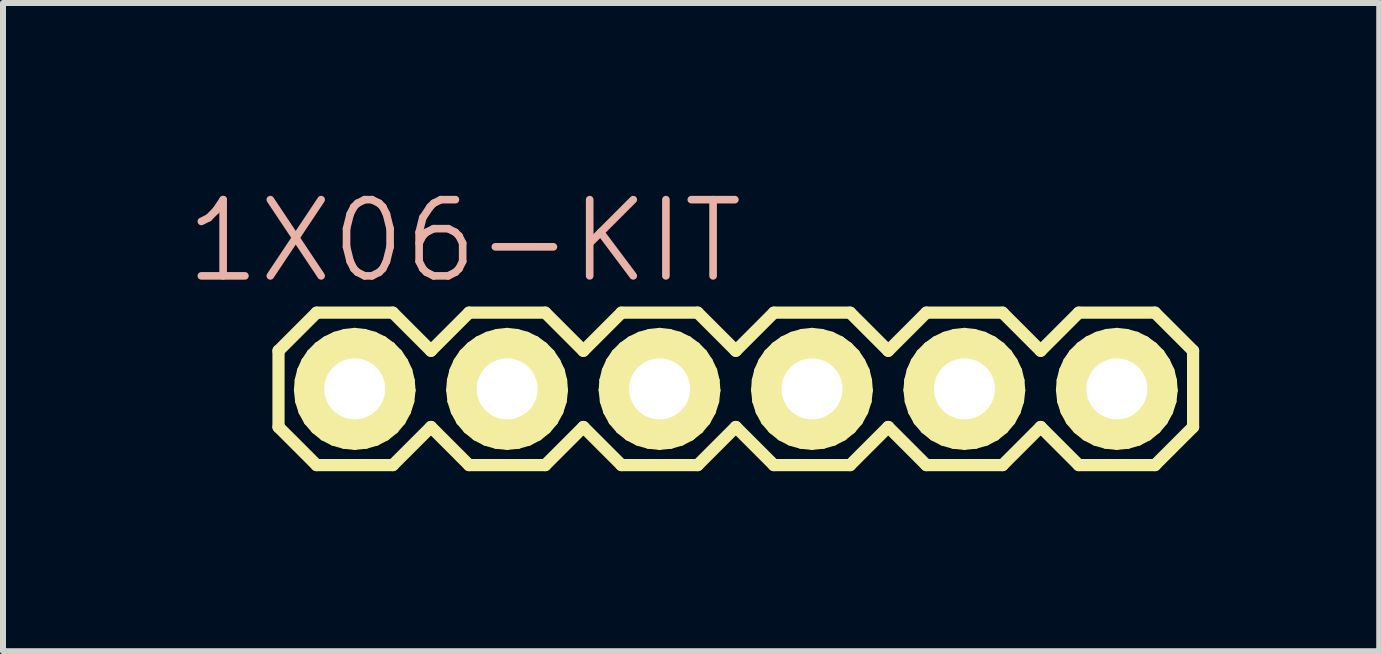
<source format=kicad_pcb>
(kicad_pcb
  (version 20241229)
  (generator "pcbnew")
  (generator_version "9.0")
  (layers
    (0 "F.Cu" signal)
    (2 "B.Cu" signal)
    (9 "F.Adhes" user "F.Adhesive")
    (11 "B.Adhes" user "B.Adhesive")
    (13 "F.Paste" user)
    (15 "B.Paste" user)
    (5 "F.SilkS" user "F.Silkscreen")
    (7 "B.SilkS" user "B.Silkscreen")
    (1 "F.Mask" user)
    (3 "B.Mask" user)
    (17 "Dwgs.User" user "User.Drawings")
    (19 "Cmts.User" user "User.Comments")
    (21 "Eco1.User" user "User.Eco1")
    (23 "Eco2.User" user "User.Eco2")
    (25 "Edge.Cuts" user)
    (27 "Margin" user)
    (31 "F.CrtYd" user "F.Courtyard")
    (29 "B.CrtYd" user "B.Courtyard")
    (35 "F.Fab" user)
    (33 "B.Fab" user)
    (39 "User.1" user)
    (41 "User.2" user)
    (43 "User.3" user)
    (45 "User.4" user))
  (footprint "1X06-KIT"
    (layer "F.Cu")
    (at 2.861 3.43)
    (property "Reference" "1X06-KIT" (at 1.829 -2.464 0) (layer "B.SilkS") (effects (font (size 1.27 1.27) (thickness 0.127))))
    (attr exclude_from_pos_files exclude_from_bom)
    (fp_line (start -1.27 -0.635) (end -1.27 0.635) (stroke (width 0.203) (type solid)) (layer "F.SilkS"))
    (fp_line (start -1.27 0.635) (end -0.635 1.27) (stroke (width 0.203) (type solid)) (layer "F.SilkS"))
    (fp_line (start -0.95 0.02) (end -0.937 -0.142) (stroke (width 0.127) (type solid)) (layer "F.SilkS"))
    (fp_line (start -0.937 -0.142) (end -0.897 -0.307) (stroke (width 0.127) (type solid)) (layer "F.SilkS"))
    (fp_line (start -0.93 0.206) (end -0.95 0.02) (stroke (width 0.127) (type solid)) (layer "F.SilkS"))
    (fp_line (start -0.897 -0.307) (end -0.828 -0.46) (stroke (width 0.127) (type solid)) (layer "F.SilkS"))
    (fp_line (start -0.874 0.381) (end -0.93 0.206) (stroke (width 0.127) (type solid)) (layer "F.SilkS"))
    (fp_line (start -0.828 -0.46) (end -0.734 -0.599) (stroke (width 0.127) (type solid)) (layer "F.SilkS"))
    (fp_line (start -0.785 0.544) (end -0.874 0.381) (stroke (width 0.127) (type solid)) (layer "F.SilkS"))
    (fp_line (start -0.734 -0.599) (end -0.615 -0.719) (stroke (width 0.127) (type solid)) (layer "F.SilkS"))
    (fp_line (start -0.665 0.683) (end -0.785 0.544) (stroke (width 0.127) (type solid)) (layer "F.SilkS"))
    (fp_line (start -0.635 -1.27) (end -1.27 -0.635) (stroke (width 0.203) (type solid)) (layer "F.SilkS"))
    (fp_line (start -0.635 -1.27) (end 0.635 -1.27) (stroke (width 0.203) (type solid)) (layer "F.SilkS"))
    (fp_line (start -0.615 -0.719) (end -0.48 -0.815) (stroke (width 0.127) (type solid)) (layer "F.SilkS"))
    (fp_line (start -0.521 0.8) (end -0.665 0.683) (stroke (width 0.127) (type solid)) (layer "F.SilkS"))
    (fp_line (start -0.48 -0.815) (end -0.328 -0.889) (stroke (width 0.127) (type solid)) (layer "F.SilkS"))
    (fp_line (start -0.445 0.018) (end -0.434 -0.081) (stroke (width 0.127) (type solid)) (layer "F.SilkS"))
    (fp_line (start -0.434 -0.081) (end -0.404 -0.178) (stroke (width 0.127) (type solid)) (layer "F.SilkS"))
    (fp_line (start -0.429 0.114) (end -0.445 0.018) (stroke (width 0.127) (type solid)) (layer "F.SilkS"))
    (fp_line (start -0.404 -0.178) (end -0.351 -0.264) (stroke (width 0.127) (type solid)) (layer "F.SilkS"))
    (fp_line (start -0.396 0.206) (end -0.429 0.114) (stroke (width 0.127) (type solid)) (layer "F.SilkS"))
    (fp_line (start -0.358 0.884) (end -0.521 0.8) (stroke (width 0.127) (type solid)) (layer "F.SilkS"))
    (fp_line (start -0.351 -0.264) (end -0.279 -0.34) (stroke (width 0.127) (type solid)) (layer "F.SilkS"))
    (fp_line (start -0.343 0.287) (end -0.396 0.206) (stroke (width 0.127) (type solid)) (layer "F.SilkS"))
    (fp_line (start -0.328 -0.889) (end -0.165 -0.935) (stroke (width 0.127) (type solid)) (layer "F.SilkS"))
    (fp_line (start -0.279 -0.34) (end -0.196 -0.396) (stroke (width 0.127) (type solid)) (layer "F.SilkS"))
    (fp_line (start -0.272 0.356) (end -0.343 0.287) (stroke (width 0.127) (type solid)) (layer "F.SilkS"))
    (fp_line (start -0.254 -0.254) (end 0.254 -0.254) (stroke (width 0.066) (type solid)) (layer "F.SilkS"))
    (fp_line (start -0.254 0.254) (end -0.254 -0.254) (stroke (width 0.066) (type solid)) (layer "F.SilkS"))
    (fp_line (start -0.254 0.254) (end 0.254 0.254) (stroke (width 0.066) (type solid)) (layer "F.SilkS"))
    (fp_line (start -0.196 -0.396) (end -0.099 -0.432) (stroke (width 0.127) (type solid)) (layer "F.SilkS"))
    (fp_line (start -0.188 0.404) (end -0.272 0.356) (stroke (width 0.127) (type solid)) (layer "F.SilkS"))
    (fp_line (start -0.18 0.935) (end -0.358 0.884) (stroke (width 0.127) (type solid)) (layer "F.SilkS"))
    (fp_line (start -0.165 -0.935) (end 0 -0.953) (stroke (width 0.127) (type solid)) (layer "F.SilkS"))
    (fp_line (start -0.099 -0.432) (end 0 -0.445) (stroke (width 0.127) (type solid)) (layer "F.SilkS"))
    (fp_line (start -0.097 0.434) (end -0.188 0.404) (stroke (width 0.127) (type solid)) (layer "F.SilkS"))
    (fp_line (start 0 -0.953) (end 0.165 -0.935) (stroke (width 0.127) (type solid)) (layer "F.SilkS"))
    (fp_line (start 0 -0.445) (end 0.099 -0.432) (stroke (width 0.127) (type solid)) (layer "F.SilkS"))
    (fp_line (start 0 0.445) (end -0.097 0.434) (stroke (width 0.127) (type solid)) (layer "F.SilkS"))
    (fp_line (start 0 0.953) (end -0.18 0.935) (stroke (width 0.127) (type solid)) (layer "F.SilkS"))
    (fp_line (start 0.097 0.434) (end 0 0.445) (stroke (width 0.127) (type solid)) (layer "F.SilkS"))
    (fp_line (start 0.099 -0.432) (end 0.193 -0.399) (stroke (width 0.127) (type solid)) (layer "F.SilkS"))
    (fp_line (start 0.165 -0.935) (end 0.328 -0.889) (stroke (width 0.127) (type solid)) (layer "F.SilkS"))
    (fp_line (start 0.185 0.935) (end 0 0.953) (stroke (width 0.127) (type solid)) (layer "F.SilkS"))
    (fp_line (start 0.188 0.401) (end 0.097 0.434) (stroke (width 0.127) (type solid)) (layer "F.SilkS"))
    (fp_line (start 0.193 -0.399) (end 0.277 -0.343) (stroke (width 0.127) (type solid)) (layer "F.SilkS"))
    (fp_line (start 0.254 0.254) (end 0.254 -0.254) (stroke (width 0.066) (type solid)) (layer "F.SilkS"))
    (fp_line (start 0.272 0.351) (end 0.188 0.401) (stroke (width 0.127) (type solid)) (layer "F.SilkS"))
    (fp_line (start 0.277 -0.343) (end 0.348 -0.272) (stroke (width 0.127) (type solid)) (layer "F.SilkS"))
    (fp_line (start 0.328 -0.889) (end 0.48 -0.815) (stroke (width 0.127) (type solid)) (layer "F.SilkS"))
    (fp_line (start 0.343 0.282) (end 0.272 0.351) (stroke (width 0.127) (type solid)) (layer "F.SilkS"))
    (fp_line (start 0.348 -0.272) (end 0.399 -0.185) (stroke (width 0.127) (type solid)) (layer "F.SilkS"))
    (fp_line (start 0.361 0.884) (end 0.185 0.935) (stroke (width 0.127) (type solid)) (layer "F.SilkS"))
    (fp_line (start 0.396 0.198) (end 0.343 0.282) (stroke (width 0.127) (type solid)) (layer "F.SilkS"))
    (fp_line (start 0.399 -0.185) (end 0.432 -0.089) (stroke (width 0.127) (type solid)) (layer "F.SilkS"))
    (fp_line (start 0.429 0.107) (end 0.396 0.198) (stroke (width 0.127) (type solid)) (layer "F.SilkS"))
    (fp_line (start 0.432 -0.089) (end 0.439 0.008) (stroke (width 0.127) (type solid)) (layer "F.SilkS"))
    (fp_line (start 0.439 0.008) (end 0.429 0.107) (stroke (width 0.127) (type solid)) (layer "F.SilkS"))
    (fp_line (start 0.48 -0.815) (end 0.615 -0.716) (stroke (width 0.127) (type solid)) (layer "F.SilkS"))
    (fp_line (start 0.523 0.8) (end 0.361 0.884) (stroke (width 0.127) (type solid)) (layer "F.SilkS"))
    (fp_line (start 0.615 -0.716) (end 0.732 -0.597) (stroke (width 0.127) (type solid)) (layer "F.SilkS"))
    (fp_line (start 0.635 -1.27) (end 1.27 -0.635) (stroke (width 0.203) (type solid)) (layer "F.SilkS"))
    (fp_line (start 0.635 1.27) (end -0.635 1.27) (stroke (width 0.203) (type solid)) (layer "F.SilkS"))
    (fp_line (start 0.668 0.683) (end 0.523 0.8) (stroke (width 0.127) (type solid)) (layer "F.SilkS"))
    (fp_line (start 0.732 -0.597) (end 0.826 -0.457) (stroke (width 0.127) (type solid)) (layer "F.SilkS"))
    (fp_line (start 0.785 0.544) (end 0.668 0.683) (stroke (width 0.127) (type solid)) (layer "F.SilkS"))
    (fp_line (start 0.826 -0.457) (end 0.897 -0.305) (stroke (width 0.127) (type solid)) (layer "F.SilkS"))
    (fp_line (start 0.874 0.381) (end 0.785 0.544) (stroke (width 0.127) (type solid)) (layer "F.SilkS"))
    (fp_line (start 0.897 -0.305) (end 0.937 -0.14) (stroke (width 0.127) (type solid)) (layer "F.SilkS"))
    (fp_line (start 0.93 0.206) (end 0.874 0.381) (stroke (width 0.127) (type solid)) (layer "F.SilkS"))
    (fp_line (start 0.937 -0.14) (end 0.95 0.025) (stroke (width 0.127) (type solid)) (layer "F.SilkS"))
    (fp_line (start 0.95 0.025) (end 0.93 0.206) (stroke (width 0.127) (type solid)) (layer "F.SilkS"))
    (fp_line (start 1.27 -0.635) (end 1.905 -1.27) (stroke (width 0.203) (type solid)) (layer "F.SilkS"))
    (fp_line (start 1.27 0.635) (end 0.635 1.27) (stroke (width 0.203) (type solid)) (layer "F.SilkS"))
    (fp_line (start 1.587 0.02) (end 1.6 -0.142) (stroke (width 0.127) (type solid)) (layer "F.SilkS"))
    (fp_line (start 1.6 -0.142) (end 1.641 -0.307) (stroke (width 0.127) (type solid)) (layer "F.SilkS"))
    (fp_line (start 1.608 0.206) (end 1.587 0.02) (stroke (width 0.127) (type solid)) (layer "F.SilkS"))
    (fp_line (start 1.641 -0.307) (end 1.709 -0.46) (stroke (width 0.127) (type solid)) (layer "F.SilkS"))
    (fp_line (start 1.664 0.381) (end 1.608 0.206) (stroke (width 0.127) (type solid)) (layer "F.SilkS"))
    (fp_line (start 1.709 -0.46) (end 1.803 -0.599) (stroke (width 0.127) (type solid)) (layer "F.SilkS"))
    (fp_line (start 1.753 0.544) (end 1.664 0.381) (stroke (width 0.127) (type solid)) (layer "F.SilkS"))
    (fp_line (start 1.803 -0.599) (end 1.923 -0.719) (stroke (width 0.127) (type solid)) (layer "F.SilkS"))
    (fp_line (start 1.872 0.683) (end 1.753 0.544) (stroke (width 0.127) (type solid)) (layer "F.SilkS"))
    (fp_line (start 1.905 -1.27) (end 3.175 -1.27) (stroke (width 0.203) (type solid)) (layer "F.SilkS"))
    (fp_line (start 1.905 1.27) (end 1.27 0.635) (stroke (width 0.203) (type solid)) (layer "F.SilkS"))
    (fp_line (start 1.923 -0.719) (end 2.057 -0.815) (stroke (width 0.127) (type solid)) (layer "F.SilkS"))
    (fp_line (start 2.017 0.8) (end 1.872 0.683) (stroke (width 0.127) (type solid)) (layer "F.SilkS"))
    (fp_line (start 2.057 -0.815) (end 2.21 -0.889) (stroke (width 0.127) (type solid)) (layer "F.SilkS"))
    (fp_line (start 2.095 0.018) (end 2.103 -0.081) (stroke (width 0.127) (type solid)) (layer "F.SilkS"))
    (fp_line (start 2.103 -0.081) (end 2.134 -0.178) (stroke (width 0.127) (type solid)) (layer "F.SilkS"))
    (fp_line (start 2.108 0.114) (end 2.095 0.018) (stroke (width 0.127) (type solid)) (layer "F.SilkS"))
    (fp_line (start 2.134 -0.178) (end 2.187 -0.264) (stroke (width 0.127) (type solid)) (layer "F.SilkS"))
    (fp_line (start 2.141 0.206) (end 2.108 0.114) (stroke (width 0.127) (type solid)) (layer "F.SilkS"))
    (fp_line (start 2.179 0.884) (end 2.017 0.8) (stroke (width 0.127) (type solid)) (layer "F.SilkS"))
    (fp_line (start 2.187 -0.264) (end 2.258 -0.34) (stroke (width 0.127) (type solid)) (layer "F.SilkS"))
    (fp_line (start 2.195 0.287) (end 2.141 0.206) (stroke (width 0.127) (type solid)) (layer "F.SilkS"))
    (fp_line (start 2.21 -0.889) (end 2.372 -0.935) (stroke (width 0.127) (type solid)) (layer "F.SilkS"))
    (fp_line (start 2.258 -0.34) (end 2.342 -0.396) (stroke (width 0.127) (type solid)) (layer "F.SilkS"))
    (fp_line (start 2.266 0.356) (end 2.195 0.287) (stroke (width 0.127) (type solid)) (layer "F.SilkS"))
    (fp_line (start 2.286 -0.254) (end 2.794 -0.254) (stroke (width 0.066) (type solid)) (layer "F.SilkS"))
    (fp_line (start 2.286 0.254) (end 2.286 -0.254) (stroke (width 0.066) (type solid)) (layer "F.SilkS"))
    (fp_line (start 2.286 0.254) (end 2.794 0.254) (stroke (width 0.066) (type solid)) (layer "F.SilkS"))
    (fp_line (start 2.342 -0.396) (end 2.438 -0.432) (stroke (width 0.127) (type solid)) (layer "F.SilkS"))
    (fp_line (start 2.349 0.404) (end 2.266 0.356) (stroke (width 0.127) (type solid)) (layer "F.SilkS"))
    (fp_line (start 2.357 0.935) (end 2.179 0.884) (stroke (width 0.127) (type solid)) (layer "F.SilkS"))
    (fp_line (start 2.372 -0.935) (end 2.54 -0.953) (stroke (width 0.127) (type solid)) (layer "F.SilkS"))
    (fp_line (start 2.438 -0.432) (end 2.54 -0.445) (stroke (width 0.127) (type solid)) (layer "F.SilkS"))
    (fp_line (start 2.441 0.434) (end 2.349 0.404) (stroke (width 0.127) (type solid)) (layer "F.SilkS"))
    (fp_line (start 2.54 -0.953) (end 2.705 -0.935) (stroke (width 0.127) (type solid)) (layer "F.SilkS"))
    (fp_line (start 2.54 -0.445) (end 2.639 -0.432) (stroke (width 0.127) (type solid)) (layer "F.SilkS"))
    (fp_line (start 2.54 0.445) (end 2.441 0.434) (stroke (width 0.127) (type solid)) (layer "F.SilkS"))
    (fp_line (start 2.54 0.953) (end 2.357 0.935) (stroke (width 0.127) (type solid)) (layer "F.SilkS"))
    (fp_line (start 2.637 0.434) (end 2.54 0.445) (stroke (width 0.127) (type solid)) (layer "F.SilkS"))
    (fp_line (start 2.639 -0.432) (end 2.733 -0.399) (stroke (width 0.127) (type solid)) (layer "F.SilkS"))
    (fp_line (start 2.705 -0.935) (end 2.868 -0.889) (stroke (width 0.127) (type solid)) (layer "F.SilkS"))
    (fp_line (start 2.725 0.935) (end 2.54 0.953) (stroke (width 0.127) (type solid)) (layer "F.SilkS"))
    (fp_line (start 2.728 0.401) (end 2.637 0.434) (stroke (width 0.127) (type solid)) (layer "F.SilkS"))
    (fp_line (start 2.733 -0.399) (end 2.817 -0.343) (stroke (width 0.127) (type solid)) (layer "F.SilkS"))
    (fp_line (start 2.794 0.254) (end 2.794 -0.254) (stroke (width 0.066) (type solid)) (layer "F.SilkS"))
    (fp_line (start 2.812 0.351) (end 2.728 0.401) (stroke (width 0.127) (type solid)) (layer "F.SilkS"))
    (fp_line (start 2.817 -0.343) (end 2.888 -0.272) (stroke (width 0.127) (type solid)) (layer "F.SilkS"))
    (fp_line (start 2.868 -0.889) (end 3.02 -0.815) (stroke (width 0.127) (type solid)) (layer "F.SilkS"))
    (fp_line (start 2.883 0.282) (end 2.812 0.351) (stroke (width 0.127) (type solid)) (layer "F.SilkS"))
    (fp_line (start 2.888 -0.272) (end 2.939 -0.185) (stroke (width 0.127) (type solid)) (layer "F.SilkS"))
    (fp_line (start 2.901 0.884) (end 2.725 0.935) (stroke (width 0.127) (type solid)) (layer "F.SilkS"))
    (fp_line (start 2.936 0.198) (end 2.883 0.282) (stroke (width 0.127) (type solid)) (layer "F.SilkS"))
    (fp_line (start 2.939 -0.185) (end 2.972 -0.089) (stroke (width 0.127) (type solid)) (layer "F.SilkS"))
    (fp_line (start 2.969 0.107) (end 2.936 0.198) (stroke (width 0.127) (type solid)) (layer "F.SilkS"))
    (fp_line (start 2.972 -0.089) (end 2.979 0.008) (stroke (width 0.127) (type solid)) (layer "F.SilkS"))
    (fp_line (start 2.979 0.008) (end 2.969 0.107) (stroke (width 0.127) (type solid)) (layer "F.SilkS"))
    (fp_line (start 3.02 -0.815) (end 3.155 -0.716) (stroke (width 0.127) (type solid)) (layer "F.SilkS"))
    (fp_line (start 3.063 0.8) (end 2.901 0.884) (stroke (width 0.127) (type solid)) (layer "F.SilkS"))
    (fp_line (start 3.155 -0.716) (end 3.272 -0.597) (stroke (width 0.127) (type solid)) (layer "F.SilkS"))
    (fp_line (start 3.175 -1.27) (end 3.81 -0.635) (stroke (width 0.203) (type solid)) (layer "F.SilkS"))
    (fp_line (start 3.175 1.27) (end 1.905 1.27) (stroke (width 0.203) (type solid)) (layer "F.SilkS"))
    (fp_line (start 3.208 0.683) (end 3.063 0.8) (stroke (width 0.127) (type solid)) (layer "F.SilkS"))
    (fp_line (start 3.272 -0.597) (end 3.365 -0.457) (stroke (width 0.127) (type solid)) (layer "F.SilkS"))
    (fp_line (start 3.325 0.544) (end 3.208 0.683) (stroke (width 0.127) (type solid)) (layer "F.SilkS"))
    (fp_line (start 3.365 -0.457) (end 3.437 -0.305) (stroke (width 0.127) (type solid)) (layer "F.SilkS"))
    (fp_line (start 3.414 0.381) (end 3.325 0.544) (stroke (width 0.127) (type solid)) (layer "F.SilkS"))
    (fp_line (start 3.437 -0.305) (end 3.477 -0.14) (stroke (width 0.127) (type solid)) (layer "F.SilkS"))
    (fp_line (start 3.47 0.206) (end 3.414 0.381) (stroke (width 0.127) (type solid)) (layer "F.SilkS"))
    (fp_line (start 3.477 -0.14) (end 3.49 0.025) (stroke (width 0.127) (type solid)) (layer "F.SilkS"))
    (fp_line (start 3.49 0.025) (end 3.47 0.206) (stroke (width 0.127) (type solid)) (layer "F.SilkS"))
    (fp_line (start 3.81 -0.635) (end 4.445 -1.27) (stroke (width 0.203) (type solid)) (layer "F.SilkS"))
    (fp_line (start 3.81 0.635) (end 3.175 1.27) (stroke (width 0.203) (type solid)) (layer "F.SilkS"))
    (fp_line (start 4.128 0.02) (end 4.14 -0.142) (stroke (width 0.127) (type solid)) (layer "F.SilkS"))
    (fp_line (start 4.14 -0.142) (end 4.181 -0.307) (stroke (width 0.127) (type solid)) (layer "F.SilkS"))
    (fp_line (start 4.148 0.206) (end 4.128 0.02) (stroke (width 0.127) (type solid)) (layer "F.SilkS"))
    (fp_line (start 4.181 -0.307) (end 4.249 -0.46) (stroke (width 0.127) (type solid)) (layer "F.SilkS"))
    (fp_line (start 4.204 0.381) (end 4.148 0.206) (stroke (width 0.127) (type solid)) (layer "F.SilkS"))
    (fp_line (start 4.249 -0.46) (end 4.343 -0.599) (stroke (width 0.127) (type solid)) (layer "F.SilkS"))
    (fp_line (start 4.293 0.544) (end 4.204 0.381) (stroke (width 0.127) (type solid)) (layer "F.SilkS"))
    (fp_line (start 4.343 -0.599) (end 4.463 -0.719) (stroke (width 0.127) (type solid)) (layer "F.SilkS"))
    (fp_line (start 4.412 0.683) (end 4.293 0.544) (stroke (width 0.127) (type solid)) (layer "F.SilkS"))
    (fp_line (start 4.445 -1.27) (end 5.715 -1.27) (stroke (width 0.203) (type solid)) (layer "F.SilkS"))
    (fp_line (start 4.445 1.27) (end 3.81 0.635) (stroke (width 0.203) (type solid)) (layer "F.SilkS"))
    (fp_line (start 4.463 -0.719) (end 4.597 -0.815) (stroke (width 0.127) (type solid)) (layer "F.SilkS"))
    (fp_line (start 4.557 0.8) (end 4.412 0.683) (stroke (width 0.127) (type solid)) (layer "F.SilkS"))
    (fp_line (start 4.597 -0.815) (end 4.75 -0.889) (stroke (width 0.127) (type solid)) (layer "F.SilkS"))
    (fp_line (start 4.636 0.018) (end 4.643 -0.081) (stroke (width 0.127) (type solid)) (layer "F.SilkS"))
    (fp_line (start 4.643 -0.081) (end 4.674 -0.178) (stroke (width 0.127) (type solid)) (layer "F.SilkS"))
    (fp_line (start 4.648 0.114) (end 4.636 0.018) (stroke (width 0.127) (type solid)) (layer "F.SilkS"))
    (fp_line (start 4.674 -0.178) (end 4.727 -0.264) (stroke (width 0.127) (type solid)) (layer "F.SilkS"))
    (fp_line (start 4.681 0.206) (end 4.648 0.114) (stroke (width 0.127) (type solid)) (layer "F.SilkS"))
    (fp_line (start 4.719 0.884) (end 4.557 0.8) (stroke (width 0.127) (type solid)) (layer "F.SilkS"))
    (fp_line (start 4.727 -0.264) (end 4.798 -0.34) (stroke (width 0.127) (type solid)) (layer "F.SilkS"))
    (fp_line (start 4.735 0.287) (end 4.681 0.206) (stroke (width 0.127) (type solid)) (layer "F.SilkS"))
    (fp_line (start 4.75 -0.889) (end 4.912 -0.935) (stroke (width 0.127) (type solid)) (layer "F.SilkS"))
    (fp_line (start 4.798 -0.34) (end 4.882 -0.396) (stroke (width 0.127) (type solid)) (layer "F.SilkS"))
    (fp_line (start 4.806 0.356) (end 4.735 0.287) (stroke (width 0.127) (type solid)) (layer "F.SilkS"))
    (fp_line (start 4.826 -0.254) (end 5.334 -0.254) (stroke (width 0.066) (type solid)) (layer "F.SilkS"))
    (fp_line (start 4.826 0.254) (end 4.826 -0.254) (stroke (width 0.066) (type solid)) (layer "F.SilkS"))
    (fp_line (start 4.826 0.254) (end 5.334 0.254) (stroke (width 0.066) (type solid)) (layer "F.SilkS"))
    (fp_line (start 4.882 -0.396) (end 4.978 -0.432) (stroke (width 0.127) (type solid)) (layer "F.SilkS"))
    (fp_line (start 4.889 0.404) (end 4.806 0.356) (stroke (width 0.127) (type solid)) (layer "F.SilkS"))
    (fp_line (start 4.897 0.935) (end 4.719 0.884) (stroke (width 0.127) (type solid)) (layer "F.SilkS"))
    (fp_line (start 4.912 -0.935) (end 5.08 -0.953) (stroke (width 0.127) (type solid)) (layer "F.SilkS"))
    (fp_line (start 4.978 -0.432) (end 5.08 -0.445) (stroke (width 0.127) (type solid)) (layer "F.SilkS"))
    (fp_line (start 4.981 0.434) (end 4.889 0.404) (stroke (width 0.127) (type solid)) (layer "F.SilkS"))
    (fp_line (start 5.08 -0.953) (end 5.245 -0.935) (stroke (width 0.127) (type solid)) (layer "F.SilkS"))
    (fp_line (start 5.08 -0.445) (end 5.179 -0.432) (stroke (width 0.127) (type solid)) (layer "F.SilkS"))
    (fp_line (start 5.08 0.445) (end 4.981 0.434) (stroke (width 0.127) (type solid)) (layer "F.SilkS"))
    (fp_line (start 5.08 0.953) (end 4.897 0.935) (stroke (width 0.127) (type solid)) (layer "F.SilkS"))
    (fp_line (start 5.177 0.434) (end 5.08 0.445) (stroke (width 0.127) (type solid)) (layer "F.SilkS"))
    (fp_line (start 5.179 -0.432) (end 5.273 -0.399) (stroke (width 0.127) (type solid)) (layer "F.SilkS"))
    (fp_line (start 5.245 -0.935) (end 5.408 -0.889) (stroke (width 0.127) (type solid)) (layer "F.SilkS"))
    (fp_line (start 5.265 0.935) (end 5.08 0.953) (stroke (width 0.127) (type solid)) (layer "F.SilkS"))
    (fp_line (start 5.268 0.401) (end 5.177 0.434) (stroke (width 0.127) (type solid)) (layer "F.SilkS"))
    (fp_line (start 5.273 -0.399) (end 5.357 -0.343) (stroke (width 0.127) (type solid)) (layer "F.SilkS"))
    (fp_line (start 5.334 0.254) (end 5.334 -0.254) (stroke (width 0.066) (type solid)) (layer "F.SilkS"))
    (fp_line (start 5.352 0.351) (end 5.268 0.401) (stroke (width 0.127) (type solid)) (layer "F.SilkS"))
    (fp_line (start 5.357 -0.343) (end 5.428 -0.272) (stroke (width 0.127) (type solid)) (layer "F.SilkS"))
    (fp_line (start 5.408 -0.889) (end 5.56 -0.815) (stroke (width 0.127) (type solid)) (layer "F.SilkS"))
    (fp_line (start 5.423 0.282) (end 5.352 0.351) (stroke (width 0.127) (type solid)) (layer "F.SilkS"))
    (fp_line (start 5.428 -0.272) (end 5.479 -0.185) (stroke (width 0.127) (type solid)) (layer "F.SilkS"))
    (fp_line (start 5.441 0.884) (end 5.265 0.935) (stroke (width 0.127) (type solid)) (layer "F.SilkS"))
    (fp_line (start 5.476 0.198) (end 5.423 0.282) (stroke (width 0.127) (type solid)) (layer "F.SilkS"))
    (fp_line (start 5.479 -0.185) (end 5.512 -0.089) (stroke (width 0.127) (type solid)) (layer "F.SilkS"))
    (fp_line (start 5.509 0.107) (end 5.476 0.198) (stroke (width 0.127) (type solid)) (layer "F.SilkS"))
    (fp_line (start 5.512 -0.089) (end 5.519 0.008) (stroke (width 0.127) (type solid)) (layer "F.SilkS"))
    (fp_line (start 5.519 0.008) (end 5.509 0.107) (stroke (width 0.127) (type solid)) (layer "F.SilkS"))
    (fp_line (start 5.56 -0.815) (end 5.695 -0.716) (stroke (width 0.127) (type solid)) (layer "F.SilkS"))
    (fp_line (start 5.603 0.8) (end 5.441 0.884) (stroke (width 0.127) (type solid)) (layer "F.SilkS"))
    (fp_line (start 5.695 -0.716) (end 5.812 -0.597) (stroke (width 0.127) (type solid)) (layer "F.SilkS"))
    (fp_line (start 5.715 -1.27) (end 6.35 -0.635) (stroke (width 0.203) (type solid)) (layer "F.SilkS"))
    (fp_line (start 5.715 1.27) (end 4.445 1.27) (stroke (width 0.203) (type solid)) (layer "F.SilkS"))
    (fp_line (start 5.748 0.683) (end 5.603 0.8) (stroke (width 0.127) (type solid)) (layer "F.SilkS"))
    (fp_line (start 5.812 -0.597) (end 5.905 -0.457) (stroke (width 0.127) (type solid)) (layer "F.SilkS"))
    (fp_line (start 5.865 0.544) (end 5.748 0.683) (stroke (width 0.127) (type solid)) (layer "F.SilkS"))
    (fp_line (start 5.905 -0.457) (end 5.977 -0.305) (stroke (width 0.127) (type solid)) (layer "F.SilkS"))
    (fp_line (start 5.954 0.381) (end 5.865 0.544) (stroke (width 0.127) (type solid)) (layer "F.SilkS"))
    (fp_line (start 5.977 -0.305) (end 6.017 -0.14) (stroke (width 0.127) (type solid)) (layer "F.SilkS"))
    (fp_line (start 6.01 0.206) (end 5.954 0.381) (stroke (width 0.127) (type solid)) (layer "F.SilkS"))
    (fp_line (start 6.017 -0.14) (end 6.03 0.025) (stroke (width 0.127) (type solid)) (layer "F.SilkS"))
    (fp_line (start 6.03 0.025) (end 6.01 0.206) (stroke (width 0.127) (type solid)) (layer "F.SilkS"))
    (fp_line (start 6.35 0.635) (end 5.715 1.27) (stroke (width 0.203) (type solid)) (layer "F.SilkS"))
    (fp_line (start 6.35 0.635) (end 6.985 1.27) (stroke (width 0.203) (type solid)) (layer "F.SilkS"))
    (fp_line (start 6.668 0.02) (end 6.68 -0.142) (stroke (width 0.127) (type solid)) (layer "F.SilkS"))
    (fp_line (start 6.68 -0.142) (end 6.721 -0.307) (stroke (width 0.127) (type solid)) (layer "F.SilkS"))
    (fp_line (start 6.688 0.206) (end 6.668 0.02) (stroke (width 0.127) (type solid)) (layer "F.SilkS"))
    (fp_line (start 6.721 -0.307) (end 6.789 -0.46) (stroke (width 0.127) (type solid)) (layer "F.SilkS"))
    (fp_line (start 6.744 0.381) (end 6.688 0.206) (stroke (width 0.127) (type solid)) (layer "F.SilkS"))
    (fp_line (start 6.789 -0.46) (end 6.883 -0.599) (stroke (width 0.127) (type solid)) (layer "F.SilkS"))
    (fp_line (start 6.833 0.544) (end 6.744 0.381) (stroke (width 0.127) (type solid)) (layer "F.SilkS"))
    (fp_line (start 6.883 -0.599) (end 7.003 -0.719) (stroke (width 0.127) (type solid)) (layer "F.SilkS"))
    (fp_line (start 6.952 0.683) (end 6.833 0.544) (stroke (width 0.127) (type solid)) (layer "F.SilkS"))
    (fp_line (start 6.985 -1.27) (end 6.35 -0.635) (stroke (width 0.203) (type solid)) (layer "F.SilkS"))
    (fp_line (start 6.985 -1.27) (end 8.255 -1.27) (stroke (width 0.203) (type solid)) (layer "F.SilkS"))
    (fp_line (start 7.003 -0.719) (end 7.137 -0.815) (stroke (width 0.127) (type solid)) (layer "F.SilkS"))
    (fp_line (start 7.097 0.8) (end 6.952 0.683) (stroke (width 0.127) (type solid)) (layer "F.SilkS"))
    (fp_line (start 7.137 -0.815) (end 7.29 -0.889) (stroke (width 0.127) (type solid)) (layer "F.SilkS"))
    (fp_line (start 7.173 0.018) (end 7.183 -0.081) (stroke (width 0.127) (type solid)) (layer "F.SilkS"))
    (fp_line (start 7.183 -0.081) (end 7.214 -0.178) (stroke (width 0.127) (type solid)) (layer "F.SilkS"))
    (fp_line (start 7.188 0.114) (end 7.173 0.018) (stroke (width 0.127) (type solid)) (layer "F.SilkS"))
    (fp_line (start 7.214 -0.178) (end 7.267 -0.264) (stroke (width 0.127) (type solid)) (layer "F.SilkS"))
    (fp_line (start 7.221 0.206) (end 7.188 0.114) (stroke (width 0.127) (type solid)) (layer "F.SilkS"))
    (fp_line (start 7.259 0.884) (end 7.097 0.8) (stroke (width 0.127) (type solid)) (layer "F.SilkS"))
    (fp_line (start 7.267 -0.264) (end 7.338 -0.34) (stroke (width 0.127) (type solid)) (layer "F.SilkS"))
    (fp_line (start 7.275 0.287) (end 7.221 0.206) (stroke (width 0.127) (type solid)) (layer "F.SilkS"))
    (fp_line (start 7.29 -0.889) (end 7.452 -0.935) (stroke (width 0.127) (type solid)) (layer "F.SilkS"))
    (fp_line (start 7.338 -0.34) (end 7.422 -0.396) (stroke (width 0.127) (type solid)) (layer "F.SilkS"))
    (fp_line (start 7.346 0.356) (end 7.275 0.287) (stroke (width 0.127) (type solid)) (layer "F.SilkS"))
    (fp_line (start 7.366 -0.254) (end 7.874 -0.254) (stroke (width 0.066) (type solid)) (layer "F.SilkS"))
    (fp_line (start 7.366 0.254) (end 7.366 -0.254) (stroke (width 0.066) (type solid)) (layer "F.SilkS"))
    (fp_line (start 7.366 0.254) (end 7.874 0.254) (stroke (width 0.066) (type solid)) (layer "F.SilkS"))
    (fp_line (start 7.422 -0.396) (end 7.518 -0.432) (stroke (width 0.127) (type solid)) (layer "F.SilkS"))
    (fp_line (start 7.429 0.404) (end 7.346 0.356) (stroke (width 0.127) (type solid)) (layer "F.SilkS"))
    (fp_line (start 7.437 0.935) (end 7.259 0.884) (stroke (width 0.127) (type solid)) (layer "F.SilkS"))
    (fp_line (start 7.452 -0.935) (end 7.62 -0.953) (stroke (width 0.127) (type solid)) (layer "F.SilkS"))
    (fp_line (start 7.518 -0.432) (end 7.62 -0.445) (stroke (width 0.127) (type solid)) (layer "F.SilkS"))
    (fp_line (start 7.521 0.434) (end 7.429 0.404) (stroke (width 0.127) (type solid)) (layer "F.SilkS"))
    (fp_line (start 7.62 -0.953) (end 7.785 -0.935) (stroke (width 0.127) (type solid)) (layer "F.SilkS"))
    (fp_line (start 7.62 -0.445) (end 7.719 -0.432) (stroke (width 0.127) (type solid)) (layer "F.SilkS"))
    (fp_line (start 7.62 0.445) (end 7.521 0.434) (stroke (width 0.127) (type solid)) (layer "F.SilkS"))
    (fp_line (start 7.62 0.953) (end 7.437 0.935) (stroke (width 0.127) (type solid)) (layer "F.SilkS"))
    (fp_line (start 7.717 0.434) (end 7.62 0.445) (stroke (width 0.127) (type solid)) (layer "F.SilkS"))
    (fp_line (start 7.719 -0.432) (end 7.813 -0.399) (stroke (width 0.127) (type solid)) (layer "F.SilkS"))
    (fp_line (start 7.785 -0.935) (end 7.948 -0.889) (stroke (width 0.127) (type solid)) (layer "F.SilkS"))
    (fp_line (start 7.805 0.935) (end 7.62 0.953) (stroke (width 0.127) (type solid)) (layer "F.SilkS"))
    (fp_line (start 7.808 0.401) (end 7.717 0.434) (stroke (width 0.127) (type solid)) (layer "F.SilkS"))
    (fp_line (start 7.813 -0.399) (end 7.897 -0.343) (stroke (width 0.127) (type solid)) (layer "F.SilkS"))
    (fp_line (start 7.874 0.254) (end 7.874 -0.254) (stroke (width 0.066) (type solid)) (layer "F.SilkS"))
    (fp_line (start 7.892 0.351) (end 7.808 0.401) (stroke (width 0.127) (type solid)) (layer "F.SilkS"))
    (fp_line (start 7.897 -0.343) (end 7.968 -0.272) (stroke (width 0.127) (type solid)) (layer "F.SilkS"))
    (fp_line (start 7.948 -0.889) (end 8.1 -0.815) (stroke (width 0.127) (type solid)) (layer "F.SilkS"))
    (fp_line (start 7.963 0.282) (end 7.892 0.351) (stroke (width 0.127) (type solid)) (layer "F.SilkS"))
    (fp_line (start 7.968 -0.272) (end 8.019 -0.185) (stroke (width 0.127) (type solid)) (layer "F.SilkS"))
    (fp_line (start 7.981 0.884) (end 7.805 0.935) (stroke (width 0.127) (type solid)) (layer "F.SilkS"))
    (fp_line (start 8.016 0.198) (end 7.963 0.282) (stroke (width 0.127) (type solid)) (layer "F.SilkS"))
    (fp_line (start 8.019 -0.185) (end 8.052 -0.089) (stroke (width 0.127) (type solid)) (layer "F.SilkS"))
    (fp_line (start 8.049 0.107) (end 8.016 0.198) (stroke (width 0.127) (type solid)) (layer "F.SilkS"))
    (fp_line (start 8.052 -0.089) (end 8.059 0.008) (stroke (width 0.127) (type solid)) (layer "F.SilkS"))
    (fp_line (start 8.059 0.008) (end 8.049 0.107) (stroke (width 0.127) (type solid)) (layer "F.SilkS"))
    (fp_line (start 8.1 -0.815) (end 8.235 -0.716) (stroke (width 0.127) (type solid)) (layer "F.SilkS"))
    (fp_line (start 8.143 0.8) (end 7.981 0.884) (stroke (width 0.127) (type solid)) (layer "F.SilkS"))
    (fp_line (start 8.235 -0.716) (end 8.352 -0.597) (stroke (width 0.127) (type solid)) (layer "F.SilkS"))
    (fp_line (start 8.255 -1.27) (end 8.89 -0.635) (stroke (width 0.203) (type solid)) (layer "F.SilkS"))
    (fp_line (start 8.255 1.27) (end 6.985 1.27) (stroke (width 0.203) (type solid)) (layer "F.SilkS"))
    (fp_line (start 8.288 0.683) (end 8.143 0.8) (stroke (width 0.127) (type solid)) (layer "F.SilkS"))
    (fp_line (start 8.352 -0.597) (end 8.445 -0.457) (stroke (width 0.127) (type solid)) (layer "F.SilkS"))
    (fp_line (start 8.405 0.544) (end 8.288 0.683) (stroke (width 0.127) (type solid)) (layer "F.SilkS"))
    (fp_line (start 8.445 -0.457) (end 8.517 -0.305) (stroke (width 0.127) (type solid)) (layer "F.SilkS"))
    (fp_line (start 8.494 0.381) (end 8.405 0.544) (stroke (width 0.127) (type solid)) (layer "F.SilkS"))
    (fp_line (start 8.517 -0.305) (end 8.557 -0.14) (stroke (width 0.127) (type solid)) (layer "F.SilkS"))
    (fp_line (start 8.55 0.206) (end 8.494 0.381) (stroke (width 0.127) (type solid)) (layer "F.SilkS"))
    (fp_line (start 8.557 -0.14) (end 8.57 0.025) (stroke (width 0.127) (type solid)) (layer "F.SilkS"))
    (fp_line (start 8.57 0.025) (end 8.55 0.206) (stroke (width 0.127) (type solid)) (layer "F.SilkS"))
    (fp_line (start 8.89 -0.635) (end 9.525 -1.27) (stroke (width 0.203) (type solid)) (layer "F.SilkS"))
    (fp_line (start 8.89 0.635) (end 8.255 1.27) (stroke (width 0.203) (type solid)) (layer "F.SilkS"))
    (fp_line (start 9.207 0.02) (end 9.22 -0.142) (stroke (width 0.127) (type solid)) (layer "F.SilkS"))
    (fp_line (start 9.22 -0.142) (end 9.261 -0.307) (stroke (width 0.127) (type solid)) (layer "F.SilkS"))
    (fp_line (start 9.228 0.206) (end 9.207 0.02) (stroke (width 0.127) (type solid)) (layer "F.SilkS"))
    (fp_line (start 9.261 -0.307) (end 9.329 -0.46) (stroke (width 0.127) (type solid)) (layer "F.SilkS"))
    (fp_line (start 9.284 0.381) (end 9.228 0.206) (stroke (width 0.127) (type solid)) (layer "F.SilkS"))
    (fp_line (start 9.329 -0.46) (end 9.423 -0.599) (stroke (width 0.127) (type solid)) (layer "F.SilkS"))
    (fp_line (start 9.373 0.544) (end 9.284 0.381) (stroke (width 0.127) (type solid)) (layer "F.SilkS"))
    (fp_line (start 9.423 -0.599) (end 9.543 -0.719) (stroke (width 0.127) (type solid)) (layer "F.SilkS"))
    (fp_line (start 9.492 0.683) (end 9.373 0.544) (stroke (width 0.127) (type solid)) (layer "F.SilkS"))
    (fp_line (start 9.525 -1.27) (end 10.795 -1.27) (stroke (width 0.203) (type solid)) (layer "F.SilkS"))
    (fp_line (start 9.525 1.27) (end 8.89 0.635) (stroke (width 0.203) (type solid)) (layer "F.SilkS"))
    (fp_line (start 9.543 -0.719) (end 9.677 -0.815) (stroke (width 0.127) (type solid)) (layer "F.SilkS"))
    (fp_line (start 9.637 0.8) (end 9.492 0.683) (stroke (width 0.127) (type solid)) (layer "F.SilkS"))
    (fp_line (start 9.677 -0.815) (end 9.83 -0.889) (stroke (width 0.127) (type solid)) (layer "F.SilkS"))
    (fp_line (start 9.716 0.018) (end 9.723 -0.081) (stroke (width 0.127) (type solid)) (layer "F.SilkS"))
    (fp_line (start 9.723 -0.081) (end 9.754 -0.178) (stroke (width 0.127) (type solid)) (layer "F.SilkS"))
    (fp_line (start 9.728 0.114) (end 9.716 0.018) (stroke (width 0.127) (type solid)) (layer "F.SilkS"))
    (fp_line (start 9.754 -0.178) (end 9.807 -0.264) (stroke (width 0.127) (type solid)) (layer "F.SilkS"))
    (fp_line (start 9.761 0.206) (end 9.728 0.114) (stroke (width 0.127) (type solid)) (layer "F.SilkS"))
    (fp_line (start 9.799 0.884) (end 9.637 0.8) (stroke (width 0.127) (type solid)) (layer "F.SilkS"))
    (fp_line (start 9.807 -0.264) (end 9.878 -0.34) (stroke (width 0.127) (type solid)) (layer "F.SilkS"))
    (fp_line (start 9.815 0.287) (end 9.761 0.206) (stroke (width 0.127) (type solid)) (layer "F.SilkS"))
    (fp_line (start 9.83 -0.889) (end 9.992 -0.935) (stroke (width 0.127) (type solid)) (layer "F.SilkS"))
    (fp_line (start 9.878 -0.34) (end 9.962 -0.396) (stroke (width 0.127) (type solid)) (layer "F.SilkS"))
    (fp_line (start 9.886 0.356) (end 9.815 0.287) (stroke (width 0.127) (type solid)) (layer "F.SilkS"))
    (fp_line (start 9.906 -0.254) (end 10.414 -0.254) (stroke (width 0.066) (type solid)) (layer "F.SilkS"))
    (fp_line (start 9.906 0.254) (end 9.906 -0.254) (stroke (width 0.066) (type solid)) (layer "F.SilkS"))
    (fp_line (start 9.906 0.254) (end 10.414 0.254) (stroke (width 0.066) (type solid)) (layer "F.SilkS"))
    (fp_line (start 9.962 -0.396) (end 10.058 -0.432) (stroke (width 0.127) (type solid)) (layer "F.SilkS"))
    (fp_line (start 9.97 0.404) (end 9.886 0.356) (stroke (width 0.127) (type solid)) (layer "F.SilkS"))
    (fp_line (start 9.977 0.935) (end 9.799 0.884) (stroke (width 0.127) (type solid)) (layer "F.SilkS"))
    (fp_line (start 9.992 -0.935) (end 10.16 -0.953) (stroke (width 0.127) (type solid)) (layer "F.SilkS"))
    (fp_line (start 10.058 -0.432) (end 10.16 -0.445) (stroke (width 0.127) (type solid)) (layer "F.SilkS"))
    (fp_line (start 10.061 0.434) (end 9.97 0.404) (stroke (width 0.127) (type solid)) (layer "F.SilkS"))
    (fp_line (start 10.16 -0.953) (end 10.325 -0.935) (stroke (width 0.127) (type solid)) (layer "F.SilkS"))
    (fp_line (start 10.16 -0.445) (end 10.259 -0.432) (stroke (width 0.127) (type solid)) (layer "F.SilkS"))
    (fp_line (start 10.16 0.445) (end 10.061 0.434) (stroke (width 0.127) (type solid)) (layer "F.SilkS"))
    (fp_line (start 10.16 0.953) (end 9.977 0.935) (stroke (width 0.127) (type solid)) (layer "F.SilkS"))
    (fp_line (start 10.257 0.434) (end 10.16 0.445) (stroke (width 0.127) (type solid)) (layer "F.SilkS"))
    (fp_line (start 10.259 -0.432) (end 10.353 -0.399) (stroke (width 0.127) (type solid)) (layer "F.SilkS"))
    (fp_line (start 10.325 -0.935) (end 10.488 -0.889) (stroke (width 0.127) (type solid)) (layer "F.SilkS"))
    (fp_line (start 10.345 0.935) (end 10.16 0.953) (stroke (width 0.127) (type solid)) (layer "F.SilkS"))
    (fp_line (start 10.348 0.401) (end 10.257 0.434) (stroke (width 0.127) (type solid)) (layer "F.SilkS"))
    (fp_line (start 10.353 -0.399) (end 10.437 -0.343) (stroke (width 0.127) (type solid)) (layer "F.SilkS"))
    (fp_line (start 10.414 0.254) (end 10.414 -0.254) (stroke (width 0.066) (type solid)) (layer "F.SilkS"))
    (fp_line (start 10.432 0.351) (end 10.348 0.401) (stroke (width 0.127) (type solid)) (layer "F.SilkS"))
    (fp_line (start 10.437 -0.343) (end 10.508 -0.272) (stroke (width 0.127) (type solid)) (layer "F.SilkS"))
    (fp_line (start 10.488 -0.889) (end 10.64 -0.815) (stroke (width 0.127) (type solid)) (layer "F.SilkS"))
    (fp_line (start 10.503 0.282) (end 10.432 0.351) (stroke (width 0.127) (type solid)) (layer "F.SilkS"))
    (fp_line (start 10.508 -0.272) (end 10.559 -0.185) (stroke (width 0.127) (type solid)) (layer "F.SilkS"))
    (fp_line (start 10.521 0.884) (end 10.345 0.935) (stroke (width 0.127) (type solid)) (layer "F.SilkS"))
    (fp_line (start 10.556 0.198) (end 10.503 0.282) (stroke (width 0.127) (type solid)) (layer "F.SilkS"))
    (fp_line (start 10.559 -0.185) (end 10.592 -0.089) (stroke (width 0.127) (type solid)) (layer "F.SilkS"))
    (fp_line (start 10.589 0.107) (end 10.556 0.198) (stroke (width 0.127) (type solid)) (layer "F.SilkS"))
    (fp_line (start 10.592 -0.089) (end 10.599 0.008) (stroke (width 0.127) (type solid)) (layer "F.SilkS"))
    (fp_line (start 10.599 0.008) (end 10.589 0.107) (stroke (width 0.127) (type solid)) (layer "F.SilkS"))
    (fp_line (start 10.64 -0.815) (end 10.775 -0.716) (stroke (width 0.127) (type solid)) (layer "F.SilkS"))
    (fp_line (start 10.683 0.8) (end 10.521 0.884) (stroke (width 0.127) (type solid)) (layer "F.SilkS"))
    (fp_line (start 10.775 -0.716) (end 10.892 -0.597) (stroke (width 0.127) (type solid)) (layer "F.SilkS"))
    (fp_line (start 10.795 -1.27) (end 11.43 -0.635) (stroke (width 0.203) (type solid)) (layer "F.SilkS"))
    (fp_line (start 10.795 1.27) (end 9.525 1.27) (stroke (width 0.203) (type solid)) (layer "F.SilkS"))
    (fp_line (start 10.828 0.683) (end 10.683 0.8) (stroke (width 0.127) (type solid)) (layer "F.SilkS"))
    (fp_line (start 10.892 -0.597) (end 10.986 -0.457) (stroke (width 0.127) (type solid)) (layer "F.SilkS"))
    (fp_line (start 10.945 0.544) (end 10.828 0.683) (stroke (width 0.127) (type solid)) (layer "F.SilkS"))
    (fp_line (start 10.986 -0.457) (end 11.057 -0.305) (stroke (width 0.127) (type solid)) (layer "F.SilkS"))
    (fp_line (start 11.034 0.381) (end 10.945 0.544) (stroke (width 0.127) (type solid)) (layer "F.SilkS"))
    (fp_line (start 11.057 -0.305) (end 11.097 -0.14) (stroke (width 0.127) (type solid)) (layer "F.SilkS"))
    (fp_line (start 11.09 0.206) (end 11.034 0.381) (stroke (width 0.127) (type solid)) (layer "F.SilkS"))
    (fp_line (start 11.097 -0.14) (end 11.11 0.025) (stroke (width 0.127) (type solid)) (layer "F.SilkS"))
    (fp_line (start 11.11 0.025) (end 11.09 0.206) (stroke (width 0.127) (type solid)) (layer "F.SilkS"))
    (fp_line (start 11.43 -0.635) (end 12.065 -1.27) (stroke (width 0.203) (type solid)) (layer "F.SilkS"))
    (fp_line (start 11.43 0.635) (end 10.795 1.27) (stroke (width 0.203) (type solid)) (layer "F.SilkS"))
    (fp_line (start 11.748 0.02) (end 11.76 -0.142) (stroke (width 0.127) (type solid)) (layer "F.SilkS"))
    (fp_line (start 11.76 -0.142) (end 11.801 -0.307) (stroke (width 0.127) (type solid)) (layer "F.SilkS"))
    (fp_line (start 11.768 0.206) (end 11.748 0.02) (stroke (width 0.127) (type solid)) (layer "F.SilkS"))
    (fp_line (start 11.801 -0.307) (end 11.869 -0.46) (stroke (width 0.127) (type solid)) (layer "F.SilkS"))
    (fp_line (start 11.824 0.381) (end 11.768 0.206) (stroke (width 0.127) (type solid)) (layer "F.SilkS"))
    (fp_line (start 11.869 -0.46) (end 11.963 -0.599) (stroke (width 0.127) (type solid)) (layer "F.SilkS"))
    (fp_line (start 11.913 0.544) (end 11.824 0.381) (stroke (width 0.127) (type solid)) (layer "F.SilkS"))
    (fp_line (start 11.963 -0.599) (end 12.083 -0.719) (stroke (width 0.127) (type solid)) (layer "F.SilkS"))
    (fp_line (start 12.032 0.683) (end 11.913 0.544) (stroke (width 0.127) (type solid)) (layer "F.SilkS"))
    (fp_line (start 12.065 -1.27) (end 13.335 -1.27) (stroke (width 0.203) (type solid)) (layer "F.SilkS"))
    (fp_line (start 12.065 1.27) (end 11.43 0.635) (stroke (width 0.203) (type solid)) (layer "F.SilkS"))
    (fp_line (start 12.083 -0.719) (end 12.217 -0.815) (stroke (width 0.127) (type solid)) (layer "F.SilkS"))
    (fp_line (start 12.177 0.8) (end 12.032 0.683) (stroke (width 0.127) (type solid)) (layer "F.SilkS"))
    (fp_line (start 12.217 -0.815) (end 12.37 -0.889) (stroke (width 0.127) (type solid)) (layer "F.SilkS"))
    (fp_line (start 12.255 0.018) (end 12.263 -0.081) (stroke (width 0.127) (type solid)) (layer "F.SilkS"))
    (fp_line (start 12.263 -0.081) (end 12.294 -0.178) (stroke (width 0.127) (type solid)) (layer "F.SilkS"))
    (fp_line (start 12.268 0.114) (end 12.255 0.018) (stroke (width 0.127) (type solid)) (layer "F.SilkS"))
    (fp_line (start 12.294 -0.178) (end 12.347 -0.264) (stroke (width 0.127) (type solid)) (layer "F.SilkS"))
    (fp_line (start 12.301 0.206) (end 12.268 0.114) (stroke (width 0.127) (type solid)) (layer "F.SilkS"))
    (fp_line (start 12.339 0.884) (end 12.177 0.8) (stroke (width 0.127) (type solid)) (layer "F.SilkS"))
    (fp_line (start 12.347 -0.264) (end 12.418 -0.34) (stroke (width 0.127) (type solid)) (layer "F.SilkS"))
    (fp_line (start 12.355 0.287) (end 12.301 0.206) (stroke (width 0.127) (type solid)) (layer "F.SilkS"))
    (fp_line (start 12.37 -0.889) (end 12.532 -0.935) (stroke (width 0.127) (type solid)) (layer "F.SilkS"))
    (fp_line (start 12.418 -0.34) (end 12.502 -0.396) (stroke (width 0.127) (type solid)) (layer "F.SilkS"))
    (fp_line (start 12.426 0.356) (end 12.355 0.287) (stroke (width 0.127) (type solid)) (layer "F.SilkS"))
    (fp_line (start 12.446 -0.254) (end 12.954 -0.254) (stroke (width 0.066) (type solid)) (layer "F.SilkS"))
    (fp_line (start 12.446 0.254) (end 12.446 -0.254) (stroke (width 0.066) (type solid)) (layer "F.SilkS"))
    (fp_line (start 12.446 0.254) (end 12.954 0.254) (stroke (width 0.066) (type solid)) (layer "F.SilkS"))
    (fp_line (start 12.502 -0.396) (end 12.598 -0.432) (stroke (width 0.127) (type solid)) (layer "F.SilkS"))
    (fp_line (start 12.509 0.404) (end 12.426 0.356) (stroke (width 0.127) (type solid)) (layer "F.SilkS"))
    (fp_line (start 12.517 0.935) (end 12.339 0.884) (stroke (width 0.127) (type solid)) (layer "F.SilkS"))
    (fp_line (start 12.532 -0.935) (end 12.7 -0.953) (stroke (width 0.127) (type solid)) (layer "F.SilkS"))
    (fp_line (start 12.598 -0.432) (end 12.7 -0.445) (stroke (width 0.127) (type solid)) (layer "F.SilkS"))
    (fp_line (start 12.601 0.434) (end 12.509 0.404) (stroke (width 0.127) (type solid)) (layer "F.SilkS"))
    (fp_line (start 12.7 -0.953) (end 12.865 -0.935) (stroke (width 0.127) (type solid)) (layer "F.SilkS"))
    (fp_line (start 12.7 -0.445) (end 12.799 -0.432) (stroke (width 0.127) (type solid)) (layer "F.SilkS"))
    (fp_line (start 12.7 0.445) (end 12.601 0.434) (stroke (width 0.127) (type solid)) (layer "F.SilkS"))
    (fp_line (start 12.7 0.953) (end 12.517 0.935) (stroke (width 0.127) (type solid)) (layer "F.SilkS"))
    (fp_line (start 12.797 0.434) (end 12.7 0.445) (stroke (width 0.127) (type solid)) (layer "F.SilkS"))
    (fp_line (start 12.799 -0.432) (end 12.893 -0.399) (stroke (width 0.127) (type solid)) (layer "F.SilkS"))
    (fp_line (start 12.865 -0.935) (end 13.028 -0.889) (stroke (width 0.127) (type solid)) (layer "F.SilkS"))
    (fp_line (start 12.885 0.935) (end 12.7 0.953) (stroke (width 0.127) (type solid)) (layer "F.SilkS"))
    (fp_line (start 12.888 0.401) (end 12.797 0.434) (stroke (width 0.127) (type solid)) (layer "F.SilkS"))
    (fp_line (start 12.893 -0.399) (end 12.977 -0.343) (stroke (width 0.127) (type solid)) (layer "F.SilkS"))
    (fp_line (start 12.954 0.254) (end 12.954 -0.254) (stroke (width 0.066) (type solid)) (layer "F.SilkS"))
    (fp_line (start 12.972 0.351) (end 12.888 0.401) (stroke (width 0.127) (type solid)) (layer "F.SilkS"))
    (fp_line (start 12.977 -0.343) (end 13.048 -0.272) (stroke (width 0.127) (type solid)) (layer "F.SilkS"))
    (fp_line (start 13.028 -0.889) (end 13.18 -0.815) (stroke (width 0.127) (type solid)) (layer "F.SilkS"))
    (fp_line (start 13.043 0.282) (end 12.972 0.351) (stroke (width 0.127) (type solid)) (layer "F.SilkS"))
    (fp_line (start 13.048 -0.272) (end 13.099 -0.185) (stroke (width 0.127) (type solid)) (layer "F.SilkS"))
    (fp_line (start 13.061 0.884) (end 12.885 0.935) (stroke (width 0.127) (type solid)) (layer "F.SilkS"))
    (fp_line (start 13.096 0.198) (end 13.043 0.282) (stroke (width 0.127) (type solid)) (layer "F.SilkS"))
    (fp_line (start 13.099 -0.185) (end 13.132 -0.089) (stroke (width 0.127) (type solid)) (layer "F.SilkS"))
    (fp_line (start 13.129 0.107) (end 13.096 0.198) (stroke (width 0.127) (type solid)) (layer "F.SilkS"))
    (fp_line (start 13.132 -0.089) (end 13.139 0.008) (stroke (width 0.127) (type solid)) (layer "F.SilkS"))
    (fp_line (start 13.139 0.008) (end 13.129 0.107) (stroke (width 0.127) (type solid)) (layer "F.SilkS"))
    (fp_line (start 13.18 -0.815) (end 13.315 -0.716) (stroke (width 0.127) (type solid)) (layer "F.SilkS"))
    (fp_line (start 13.223 0.8) (end 13.061 0.884) (stroke (width 0.127) (type solid)) (layer "F.SilkS"))
    (fp_line (start 13.315 -0.716) (end 13.432 -0.597) (stroke (width 0.127) (type solid)) (layer "F.SilkS"))
    (fp_line (start 13.335 -1.27) (end 13.97 -0.635) (stroke (width 0.203) (type solid)) (layer "F.SilkS"))
    (fp_line (start 13.335 1.27) (end 12.065 1.27) (stroke (width 0.203) (type solid)) (layer "F.SilkS"))
    (fp_line (start 13.368 0.683) (end 13.223 0.8) (stroke (width 0.127) (type solid)) (layer "F.SilkS"))
    (fp_line (start 13.432 -0.597) (end 13.525 -0.457) (stroke (width 0.127) (type solid)) (layer "F.SilkS"))
    (fp_line (start 13.485 0.544) (end 13.368 0.683) (stroke (width 0.127) (type solid)) (layer "F.SilkS"))
    (fp_line (start 13.525 -0.457) (end 13.597 -0.305) (stroke (width 0.127) (type solid)) (layer "F.SilkS"))
    (fp_line (start 13.574 0.381) (end 13.485 0.544) (stroke (width 0.127) (type solid)) (layer "F.SilkS"))
    (fp_line (start 13.597 -0.305) (end 13.637 -0.14) (stroke (width 0.127) (type solid)) (layer "F.SilkS"))
    (fp_line (start 13.63 0.206) (end 13.574 0.381) (stroke (width 0.127) (type solid)) (layer "F.SilkS"))
    (fp_line (start 13.637 -0.14) (end 13.65 0.025) (stroke (width 0.127) (type solid)) (layer "F.SilkS"))
    (fp_line (start 13.65 0.025) (end 13.63 0.206) (stroke (width 0.127) (type solid)) (layer "F.SilkS"))
    (fp_line (start 13.97 -0.635) (end 13.97 0.635) (stroke (width 0.203) (type solid)) (layer "F.SilkS"))
    (fp_line (start 13.97 0.635) (end 13.335 1.27) (stroke (width 0.203) (type solid)) (layer "F.SilkS"))
    (pad "1" thru_hole circle (at 0 0) (size 1.88 1.88) (drill 1.016) (layers "*.Cu" "F.Mask" "F.SilkS" "F.Paste"))
    (pad "2" thru_hole circle (at 2.54 0) (size 1.88 1.88) (drill 1.016) (layers "*.Cu" "F.Mask" "F.SilkS" "F.Paste"))
    (pad "3" thru_hole circle (at 5.08 0) (size 1.88 1.88) (drill 1.016) (layers "*.Cu" "F.Mask" "F.SilkS" "F.Paste"))
    (pad "4" thru_hole circle (at 7.62 0) (size 1.88 1.88) (drill 1.016) (layers "*.Cu" "F.Mask" "F.SilkS" "F.Paste"))
    (pad "5" thru_hole circle (at 10.16 0) (size 1.88 1.88) (drill 1.016) (layers "*.Cu" "F.Mask" "F.SilkS" "F.Paste"))
    (pad "6" thru_hole circle (at 12.7 0) (size 1.88 1.88) (drill 1.016) (layers "*.Cu" "F.Mask" "F.SilkS" "F.Paste")))
  (gr_rect
    (start -3 -3)
    (end 19.933 7.801)
    (stroke (width 0.1) (type default))
    (fill no)
    (layer "Edge.Cuts")))
</source>
